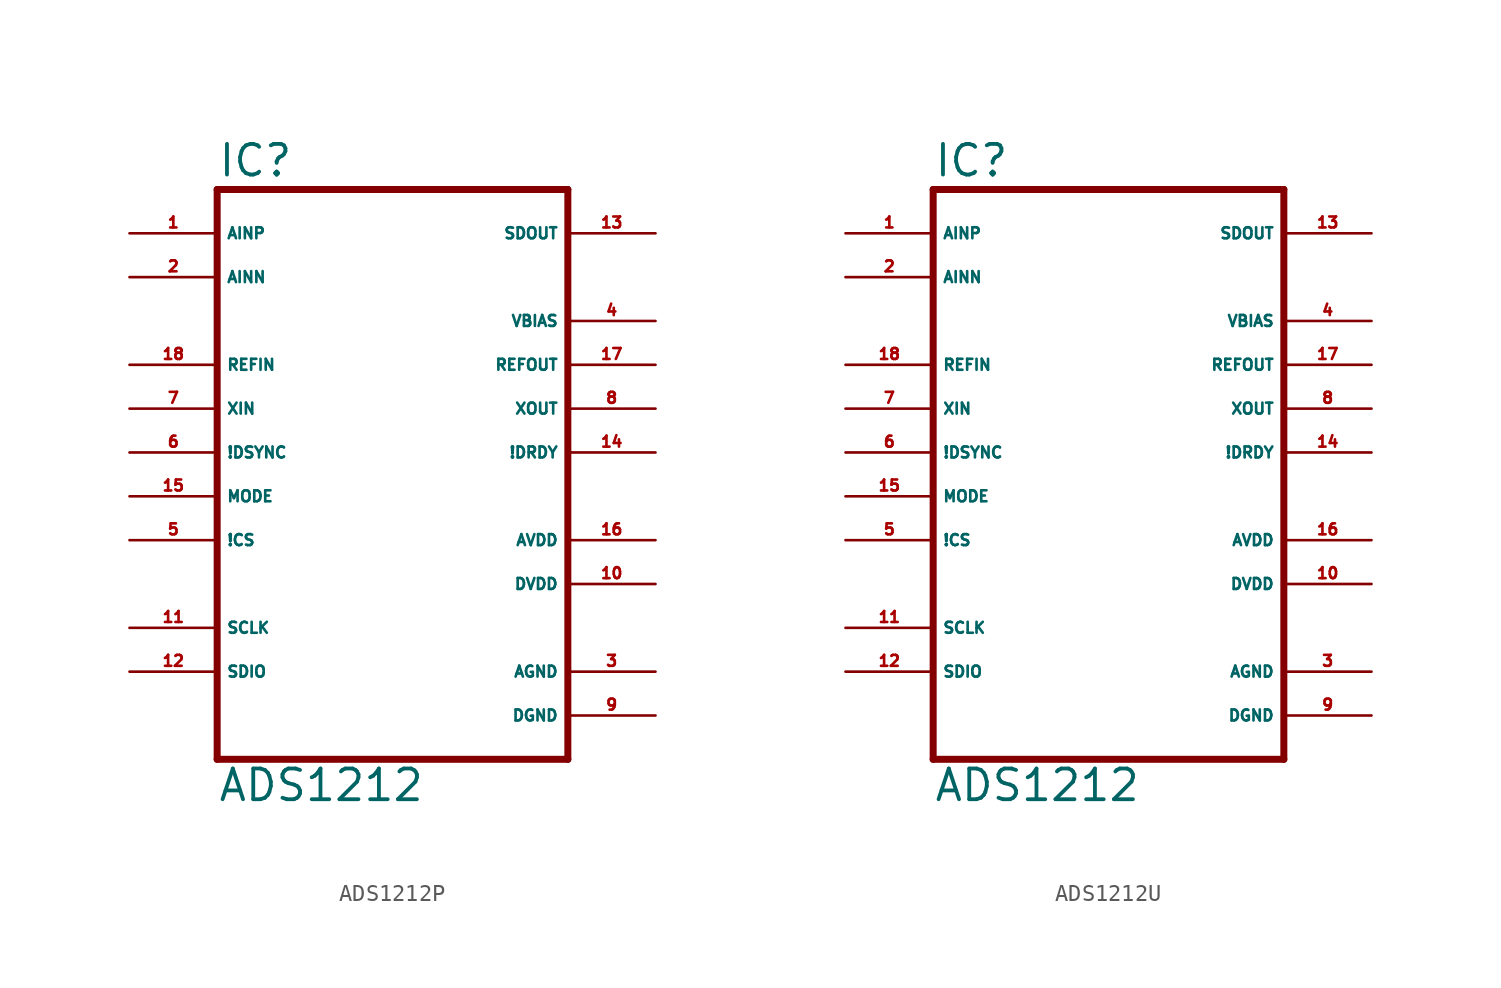
<source format=kicad_sym>
(kicad_symbol_lib
  (version 20220914)
  (generator Eagle2Kicad)
  (symbol "ADS1212P"
    (property "Reference" "IC"
      (at -10.16 15.875 0)
      (effects (font (size 1.778 1.778) (thickness 0.22)) (justify left bottom)))
    (property "Value" "ADS1212"
      (at -10.16 -20.32 0)
      (effects (font (size 1.778 1.778) (thickness 0.22)) (justify left bottom)))
    (polyline
      (pts (xy -10.16 -17.78) (xy 10.16 -17.78))
      (stroke (width 0.406) (type default))
      (fill (type none)))
    (polyline
      (pts (xy 10.16 -17.78) (xy 10.16 15.24))
      (stroke (width 0.406) (type default))
      (fill (type none)))
    (polyline
      (pts (xy 10.16 15.24) (xy -10.16 15.24))
      (stroke (width 0.406) (type default))
      (fill (type none)))
    (polyline
      (pts (xy -10.16 15.24) (xy -10.16 -17.78))
      (stroke (width 0.406) (type default))
      (fill (type none)))
    (pin input line
      (at -15.24 12.7 0)
      (length 5.08)
      (name "AINP" (effects (font (size 0.635 0.635) (thickness 0.08)) (justify left bottom)))
      (number "1" (effects (font (size 0.635 0.635) (thickness 0.08)) (justify left bottom))))
    (pin input line
      (at -15.24 10.16 0)
      (length 5.08)
      (name "AINN" (effects (font (size 0.635 0.635) (thickness 0.08)) (justify left bottom)))
      (number "2" (effects (font (size 0.635 0.635) (thickness 0.08)) (justify left bottom))))
    (pin input line
      (at -15.24 -5.08 0)
      (length 5.08)
      (name "!CS" (effects (font (size 0.635 0.635) (thickness 0.08)) (justify left bottom)))
      (number "5" (effects (font (size 0.635 0.635) (thickness 0.08)) (justify left bottom))))
    (pin input line
      (at -15.24 0 0)
      (length 5.08)
      (name "!DSYNC" (effects (font (size 0.635 0.635) (thickness 0.08)) (justify left bottom)))
      (number "6" (effects (font (size 0.635 0.635) (thickness 0.08)) (justify left bottom))))
    (pin input line
      (at -15.24 2.54 0)
      (length 5.08)
      (name "XIN" (effects (font (size 0.635 0.635) (thickness 0.08)) (justify left bottom)))
      (number "7" (effects (font (size 0.635 0.635) (thickness 0.08)) (justify left bottom))))
    (pin input line
      (at -15.24 -2.54 0)
      (length 5.08)
      (name "MODE" (effects (font (size 0.635 0.635) (thickness 0.08)) (justify left bottom)))
      (number "15" (effects (font (size 0.635 0.635) (thickness 0.08)) (justify left bottom))))
    (pin input line
      (at -15.24 5.08 0)
      (length 5.08)
      (name "REFIN" (effects (font (size 0.635 0.635) (thickness 0.08)) (justify left bottom)))
      (number "18" (effects (font (size 0.635 0.635) (thickness 0.08)) (justify left bottom))))
    (pin bidirectional line
      (at -15.24 -10.16 0)
      (length 5.08)
      (name "SCLK" (effects (font (size 0.635 0.635) (thickness 0.08)) (justify left bottom)))
      (number "11" (effects (font (size 0.635 0.635) (thickness 0.08)) (justify left bottom))))
    (pin bidirectional line
      (at -15.24 -12.7 0)
      (length 5.08)
      (name "SDIO" (effects (font (size 0.635 0.635) (thickness 0.08)) (justify left bottom)))
      (number "12" (effects (font (size 0.635 0.635) (thickness 0.08)) (justify left bottom))))
    (pin output line
      (at 15.24 7.62 180)
      (length 5.08)
      (name "VBIAS" (effects (font (size 0.635 0.635) (thickness 0.08)) (justify left bottom)))
      (number "4" (effects (font (size 0.635 0.635) (thickness 0.08)) (justify left bottom))))
    (pin output line
      (at 15.24 2.54 180)
      (length 5.08)
      (name "XOUT" (effects (font (size 0.635 0.635) (thickness 0.08)) (justify left bottom)))
      (number "8" (effects (font (size 0.635 0.635) (thickness 0.08)) (justify left bottom))))
    (pin output line
      (at 15.24 12.7 180)
      (length 5.08)
      (name "SDOUT" (effects (font (size 0.635 0.635) (thickness 0.08)) (justify left bottom)))
      (number "13" (effects (font (size 0.635 0.635) (thickness 0.08)) (justify left bottom))))
    (pin output line
      (at 15.24 5.08 180)
      (length 5.08)
      (name "REFOUT" (effects (font (size 0.635 0.635) (thickness 0.08)) (justify left bottom)))
      (number "17" (effects (font (size 0.635 0.635) (thickness 0.08)) (justify left bottom))))
    (pin unspecified line
      (at 15.24 -15.24 180)
      (length 5.08)
      (name "DGND" (effects (font (size 0.635 0.635) (thickness 0.08)) (justify left bottom)))
      (number "9" (effects (font (size 0.635 0.635) (thickness 0.08)) (justify left bottom))))
    (pin unspecified line
      (at 15.24 -12.7 180)
      (length 5.08)
      (name "AGND" (effects (font (size 0.635 0.635) (thickness 0.08)) (justify left bottom)))
      (number "3" (effects (font (size 0.635 0.635) (thickness 0.08)) (justify left bottom))))
    (pin unspecified line
      (at 15.24 -7.62 180)
      (length 5.08)
      (name "DVDD" (effects (font (size 0.635 0.635) (thickness 0.08)) (justify left bottom)))
      (number "10" (effects (font (size 0.635 0.635) (thickness 0.08)) (justify left bottom))))
    (pin unspecified line
      (at 15.24 -5.08 180)
      (length 5.08)
      (name "AVDD" (effects (font (size 0.635 0.635) (thickness 0.08)) (justify left bottom)))
      (number "16" (effects (font (size 0.635 0.635) (thickness 0.08)) (justify left bottom))))
    (pin output line
      (at 15.24 0 180)
      (length 5.08)
      (name "!DRDY" (effects (font (size 0.635 0.635) (thickness 0.08)) (justify left bottom)))
      (number "14" (effects (font (size 0.635 0.635) (thickness 0.08)) (justify left bottom)))))
  (symbol "ADS1212U"
    (property "Reference" "IC"
      (at -10.16 15.875 0)
      (effects (font (size 1.778 1.778) (thickness 0.22)) (justify left bottom)))
    (property "Value" "ADS1212"
      (at -10.16 -20.32 0)
      (effects (font (size 1.778 1.778) (thickness 0.22)) (justify left bottom)))
    (polyline
      (pts (xy -10.16 -17.78) (xy 10.16 -17.78))
      (stroke (width 0.406) (type default))
      (fill (type none)))
    (polyline
      (pts (xy 10.16 -17.78) (xy 10.16 15.24))
      (stroke (width 0.406) (type default))
      (fill (type none)))
    (polyline
      (pts (xy 10.16 15.24) (xy -10.16 15.24))
      (stroke (width 0.406) (type default))
      (fill (type none)))
    (polyline
      (pts (xy -10.16 15.24) (xy -10.16 -17.78))
      (stroke (width 0.406) (type default))
      (fill (type none)))
    (pin input line
      (at -15.24 12.7 0)
      (length 5.08)
      (name "AINP" (effects (font (size 0.635 0.635) (thickness 0.08)) (justify left bottom)))
      (number "1" (effects (font (size 0.635 0.635) (thickness 0.08)) (justify left bottom))))
    (pin input line
      (at -15.24 10.16 0)
      (length 5.08)
      (name "AINN" (effects (font (size 0.635 0.635) (thickness 0.08)) (justify left bottom)))
      (number "2" (effects (font (size 0.635 0.635) (thickness 0.08)) (justify left bottom))))
    (pin input line
      (at -15.24 -5.08 0)
      (length 5.08)
      (name "!CS" (effects (font (size 0.635 0.635) (thickness 0.08)) (justify left bottom)))
      (number "5" (effects (font (size 0.635 0.635) (thickness 0.08)) (justify left bottom))))
    (pin input line
      (at -15.24 0 0)
      (length 5.08)
      (name "!DSYNC" (effects (font (size 0.635 0.635) (thickness 0.08)) (justify left bottom)))
      (number "6" (effects (font (size 0.635 0.635) (thickness 0.08)) (justify left bottom))))
    (pin input line
      (at -15.24 2.54 0)
      (length 5.08)
      (name "XIN" (effects (font (size 0.635 0.635) (thickness 0.08)) (justify left bottom)))
      (number "7" (effects (font (size 0.635 0.635) (thickness 0.08)) (justify left bottom))))
    (pin input line
      (at -15.24 -2.54 0)
      (length 5.08)
      (name "MODE" (effects (font (size 0.635 0.635) (thickness 0.08)) (justify left bottom)))
      (number "15" (effects (font (size 0.635 0.635) (thickness 0.08)) (justify left bottom))))
    (pin input line
      (at -15.24 5.08 0)
      (length 5.08)
      (name "REFIN" (effects (font (size 0.635 0.635) (thickness 0.08)) (justify left bottom)))
      (number "18" (effects (font (size 0.635 0.635) (thickness 0.08)) (justify left bottom))))
    (pin bidirectional line
      (at -15.24 -10.16 0)
      (length 5.08)
      (name "SCLK" (effects (font (size 0.635 0.635) (thickness 0.08)) (justify left bottom)))
      (number "11" (effects (font (size 0.635 0.635) (thickness 0.08)) (justify left bottom))))
    (pin bidirectional line
      (at -15.24 -12.7 0)
      (length 5.08)
      (name "SDIO" (effects (font (size 0.635 0.635) (thickness 0.08)) (justify left bottom)))
      (number "12" (effects (font (size 0.635 0.635) (thickness 0.08)) (justify left bottom))))
    (pin output line
      (at 15.24 7.62 180)
      (length 5.08)
      (name "VBIAS" (effects (font (size 0.635 0.635) (thickness 0.08)) (justify left bottom)))
      (number "4" (effects (font (size 0.635 0.635) (thickness 0.08)) (justify left bottom))))
    (pin output line
      (at 15.24 2.54 180)
      (length 5.08)
      (name "XOUT" (effects (font (size 0.635 0.635) (thickness 0.08)) (justify left bottom)))
      (number "8" (effects (font (size 0.635 0.635) (thickness 0.08)) (justify left bottom))))
    (pin output line
      (at 15.24 12.7 180)
      (length 5.08)
      (name "SDOUT" (effects (font (size 0.635 0.635) (thickness 0.08)) (justify left bottom)))
      (number "13" (effects (font (size 0.635 0.635) (thickness 0.08)) (justify left bottom))))
    (pin output line
      (at 15.24 5.08 180)
      (length 5.08)
      (name "REFOUT" (effects (font (size 0.635 0.635) (thickness 0.08)) (justify left bottom)))
      (number "17" (effects (font (size 0.635 0.635) (thickness 0.08)) (justify left bottom))))
    (pin unspecified line
      (at 15.24 -15.24 180)
      (length 5.08)
      (name "DGND" (effects (font (size 0.635 0.635) (thickness 0.08)) (justify left bottom)))
      (number "9" (effects (font (size 0.635 0.635) (thickness 0.08)) (justify left bottom))))
    (pin unspecified line
      (at 15.24 -12.7 180)
      (length 5.08)
      (name "AGND" (effects (font (size 0.635 0.635) (thickness 0.08)) (justify left bottom)))
      (number "3" (effects (font (size 0.635 0.635) (thickness 0.08)) (justify left bottom))))
    (pin unspecified line
      (at 15.24 -7.62 180)
      (length 5.08)
      (name "DVDD" (effects (font (size 0.635 0.635) (thickness 0.08)) (justify left bottom)))
      (number "10" (effects (font (size 0.635 0.635) (thickness 0.08)) (justify left bottom))))
    (pin unspecified line
      (at 15.24 -5.08 180)
      (length 5.08)
      (name "AVDD" (effects (font (size 0.635 0.635) (thickness 0.08)) (justify left bottom)))
      (number "16" (effects (font (size 0.635 0.635) (thickness 0.08)) (justify left bottom))))
    (pin output line
      (at 15.24 0 180)
      (length 5.08)
      (name "!DRDY" (effects (font (size 0.635 0.635) (thickness 0.08)) (justify left bottom)))
      (number "14" (effects (font (size 0.635 0.635) (thickness 0.08)) (justify left bottom))))))
</source>
